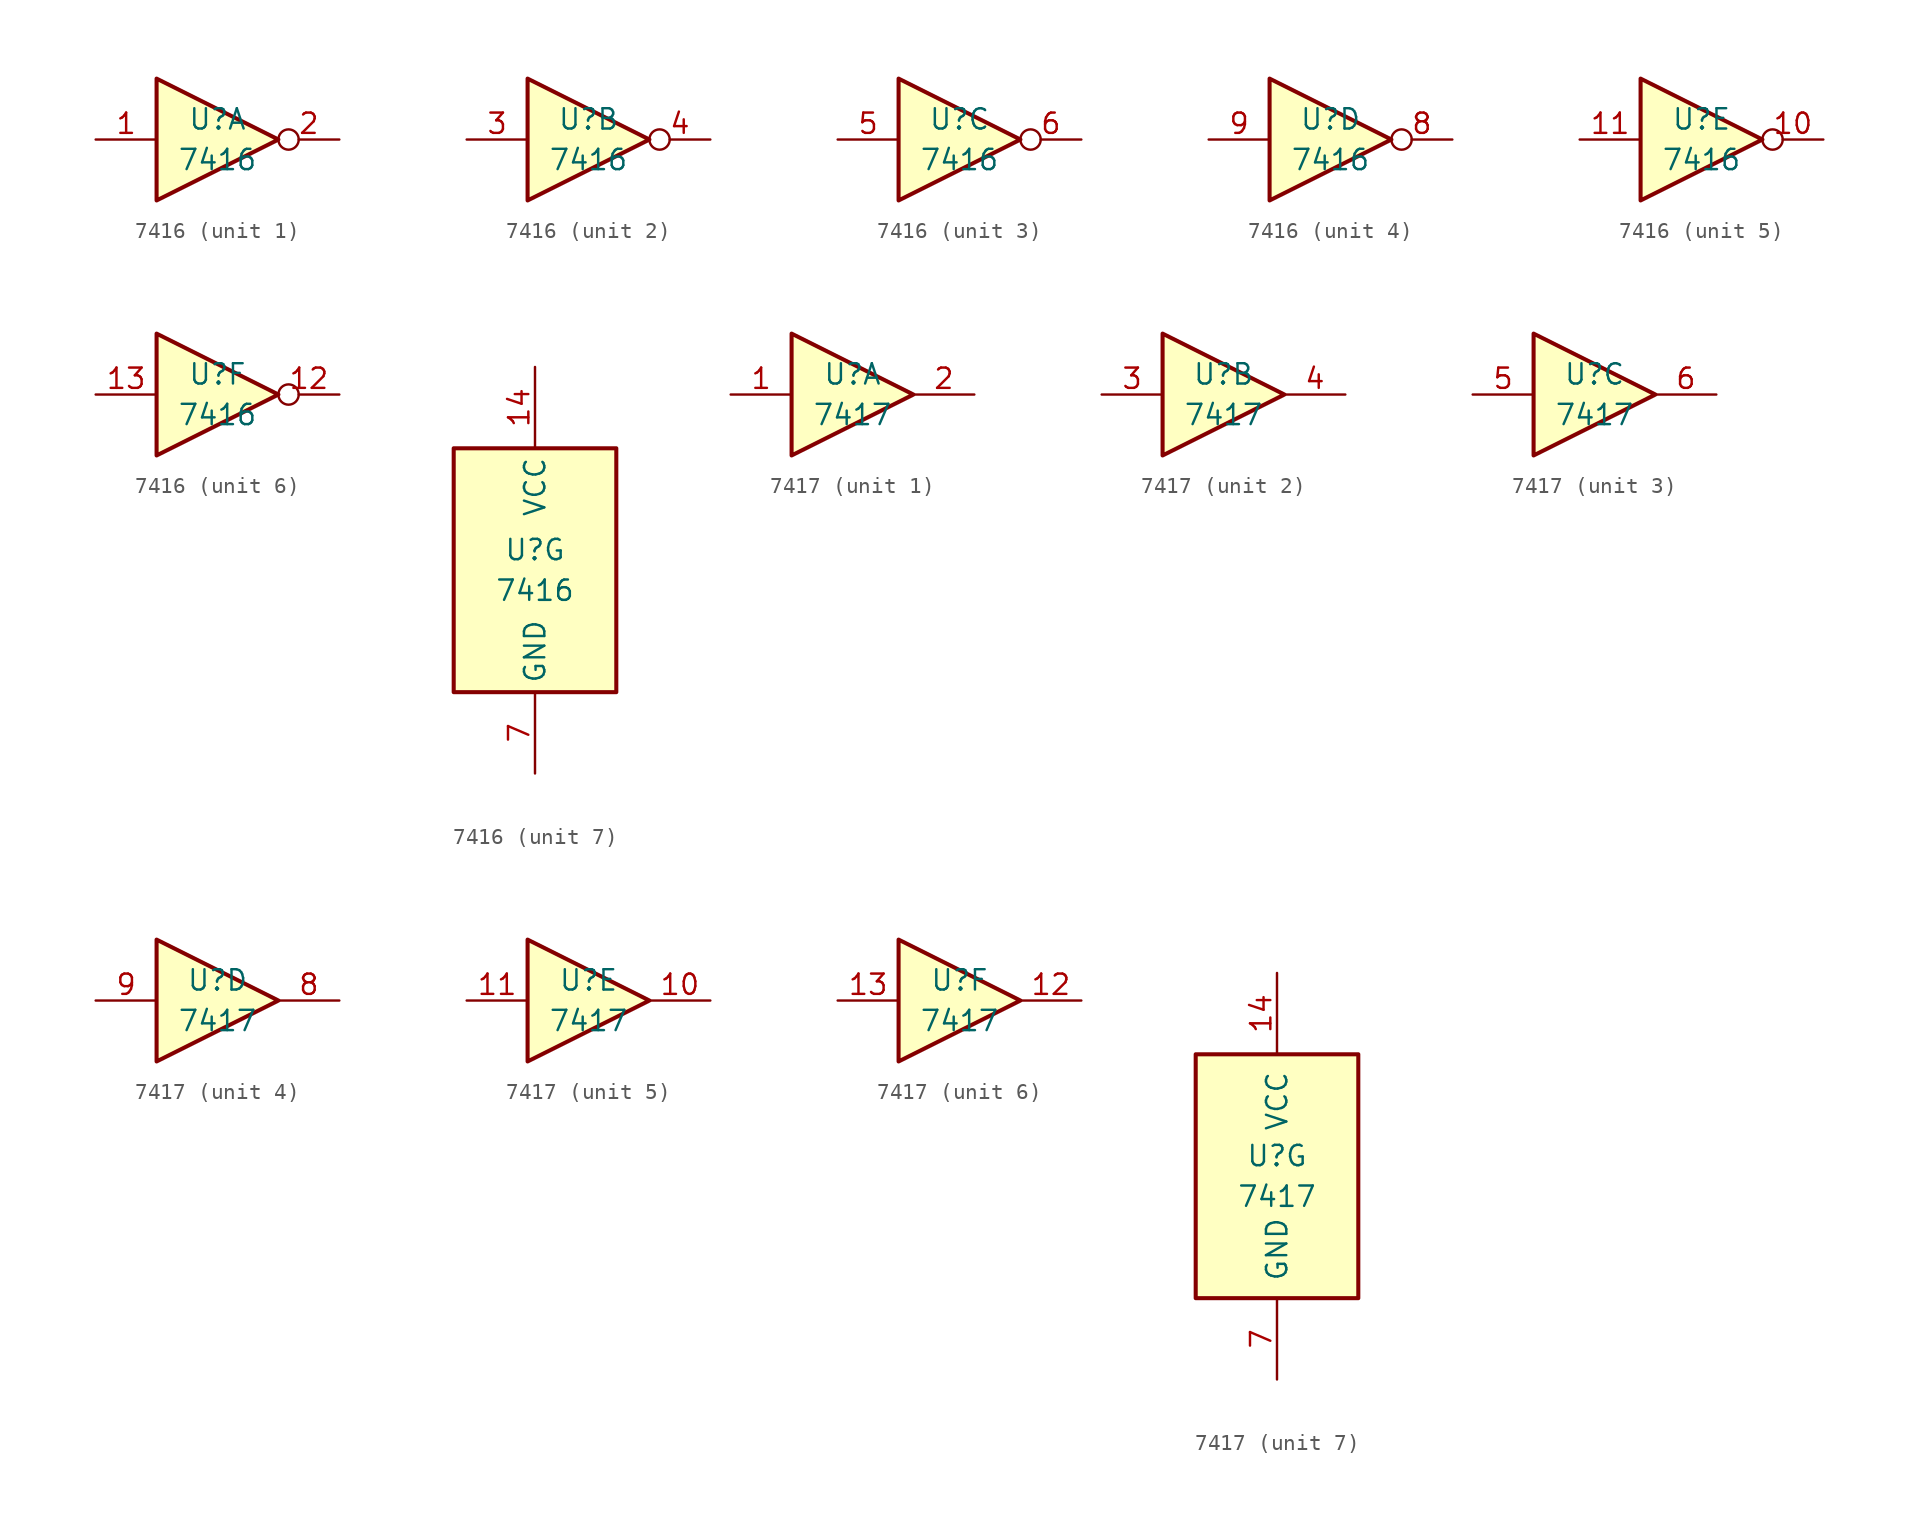
<source format=kicad_sym>
(kicad_symbol_lib
  (version 20220914)
  (generator kicad_symbol_editor)
  (symbol "7416"
    (property "Reference" "U"
      (at 0 1.27 0)
      (effects (font (size 1.27 1.27))))
    (property "Value" "7416"
      (at 0 -1.27 0)
      (effects (font (size 1.27 1.27))))
    (property "ki_locked" ""
      (at 0 0 0)
      (effects (font (size 1.27 1.27))))
    (symbol "7416_1_0"
      (polyline (pts (xy -3.81 3.81) (xy -3.81 -3.81) (xy 3.81 0) (xy -3.81 3.81)) (stroke (width 0.254) (type default)) (fill (type background)))
      (pin input line (at -7.62 0 0) (length 3.81) (name "~" (effects (font (size 1.27 1.27)))) (number "1" (effects (font (size 1.27 1.27)))))
      (pin output inverted (at 7.62 0 180) (length 3.81) (name "~" (effects (font (size 1.27 1.27)))) (number "2" (effects (font (size 1.27 1.27))))))
    (symbol "7416_2_0"
      (polyline (pts (xy -3.81 3.81) (xy -3.81 -3.81) (xy 3.81 0) (xy -3.81 3.81)) (stroke (width 0.254) (type default)) (fill (type background)))
      (pin input line (at -7.62 0 0) (length 3.81) (name "~" (effects (font (size 1.27 1.27)))) (number "3" (effects (font (size 1.27 1.27)))))
      (pin output inverted (at 7.62 0 180) (length 3.81) (name "~" (effects (font (size 1.27 1.27)))) (number "4" (effects (font (size 1.27 1.27))))))
    (symbol "7416_3_0"
      (polyline (pts (xy -3.81 3.81) (xy -3.81 -3.81) (xy 3.81 0) (xy -3.81 3.81)) (stroke (width 0.254) (type default)) (fill (type background)))
      (pin input line (at -7.62 0 0) (length 3.81) (name "~" (effects (font (size 1.27 1.27)))) (number "5" (effects (font (size 1.27 1.27)))))
      (pin output inverted (at 7.62 0 180) (length 3.81) (name "~" (effects (font (size 1.27 1.27)))) (number "6" (effects (font (size 1.27 1.27))))))
    (symbol "7416_4_0"
      (polyline (pts (xy -3.81 3.81) (xy -3.81 -3.81) (xy 3.81 0) (xy -3.81 3.81)) (stroke (width 0.254) (type default)) (fill (type background)))
      (pin output inverted (at 7.62 0 180) (length 3.81) (name "~" (effects (font (size 1.27 1.27)))) (number "8" (effects (font (size 1.27 1.27)))))
      (pin input line (at -7.62 0 0) (length 3.81) (name "~" (effects (font (size 1.27 1.27)))) (number "9" (effects (font (size 1.27 1.27))))))
    (symbol "7416_5_0"
      (polyline (pts (xy -3.81 3.81) (xy -3.81 -3.81) (xy 3.81 0) (xy -3.81 3.81)) (stroke (width 0.254) (type default)) (fill (type background)))
      (pin output inverted (at 7.62 0 180) (length 3.81) (name "~" (effects (font (size 1.27 1.27)))) (number "10" (effects (font (size 1.27 1.27)))))
      (pin input line (at -7.62 0 0) (length 3.81) (name "~" (effects (font (size 1.27 1.27)))) (number "11" (effects (font (size 1.27 1.27))))))
    (symbol "7416_6_0"
      (polyline (pts (xy -3.81 3.81) (xy -3.81 -3.81) (xy 3.81 0) (xy -3.81 3.81)) (stroke (width 0.254) (type default)) (fill (type background)))
      (pin output inverted (at 7.62 0 180) (length 3.81) (name "~" (effects (font (size 1.27 1.27)))) (number "12" (effects (font (size 1.27 1.27)))))
      (pin input line (at -7.62 0 0) (length 3.81) (name "~" (effects (font (size 1.27 1.27)))) (number "13" (effects (font (size 1.27 1.27))))))
    (symbol "7416_7_0"
      (pin power_in line (at 0 12.7 270) (length 5.08) (name "VCC" (effects (font (size 1.27 1.27)))) (number "14" (effects (font (size 1.27 1.27)))))
      (pin power_in line (at 0 -12.7 90) (length 5.08) (name "GND" (effects (font (size 1.27 1.27)))) (number "7" (effects (font (size 1.27 1.27))))))
    (symbol "7416_7_1"
      (rectangle (start -5.08 7.62) (end 5.08 -7.62) (stroke (width 0.254) (type default)) (fill (type background)))))
  (symbol "7417"
    (pin_names
      (offset 1.016))
    (property "Reference" "U"
      (at 0 1.27 0)
      (effects (font (size 1.27 1.27))))
    (property "Value" "7417"
      (at 0 -1.27 0)
      (effects (font (size 1.27 1.27))))
    (property "ki_locked" ""
      (at 0 0 0)
      (effects (font (size 1.27 1.27))))
    (symbol "7417_1_0"
      (polyline (pts (xy -3.81 3.81) (xy -3.81 -3.81) (xy 3.81 0) (xy -3.81 3.81)) (stroke (width 0.254) (type default)) (fill (type background)))
      (pin input line (at -7.62 0 0) (length 3.81) (name "~" (effects (font (size 1.27 1.27)))) (number "1" (effects (font (size 1.27 1.27)))))
      (pin open_collector line (at 7.62 0 180) (length 3.81) (name "~" (effects (font (size 1.27 1.27)))) (number "2" (effects (font (size 1.27 1.27))))))
    (symbol "7417_2_0"
      (polyline (pts (xy -3.81 3.81) (xy -3.81 -3.81) (xy 3.81 0) (xy -3.81 3.81)) (stroke (width 0.254) (type default)) (fill (type background)))
      (pin input line (at -7.62 0 0) (length 3.81) (name "~" (effects (font (size 1.27 1.27)))) (number "3" (effects (font (size 1.27 1.27)))))
      (pin open_collector line (at 7.62 0 180) (length 3.81) (name "~" (effects (font (size 1.27 1.27)))) (number "4" (effects (font (size 1.27 1.27))))))
    (symbol "7417_3_0"
      (polyline (pts (xy -3.81 3.81) (xy -3.81 -3.81) (xy 3.81 0) (xy -3.81 3.81)) (stroke (width 0.254) (type default)) (fill (type background)))
      (pin input line (at -7.62 0 0) (length 3.81) (name "~" (effects (font (size 1.27 1.27)))) (number "5" (effects (font (size 1.27 1.27)))))
      (pin open_collector line (at 7.62 0 180) (length 3.81) (name "~" (effects (font (size 1.27 1.27)))) (number "6" (effects (font (size 1.27 1.27))))))
    (symbol "7417_4_0"
      (polyline (pts (xy -3.81 3.81) (xy -3.81 -3.81) (xy 3.81 0) (xy -3.81 3.81)) (stroke (width 0.254) (type default)) (fill (type background)))
      (pin open_collector line (at 7.62 0 180) (length 3.81) (name "~" (effects (font (size 1.27 1.27)))) (number "8" (effects (font (size 1.27 1.27)))))
      (pin input line (at -7.62 0 0) (length 3.81) (name "~" (effects (font (size 1.27 1.27)))) (number "9" (effects (font (size 1.27 1.27))))))
    (symbol "7417_5_0"
      (polyline (pts (xy -3.81 3.81) (xy -3.81 -3.81) (xy 3.81 0) (xy -3.81 3.81)) (stroke (width 0.254) (type default)) (fill (type background)))
      (pin open_collector line (at 7.62 0 180) (length 3.81) (name "~" (effects (font (size 1.27 1.27)))) (number "10" (effects (font (size 1.27 1.27)))))
      (pin input line (at -7.62 0 0) (length 3.81) (name "~" (effects (font (size 1.27 1.27)))) (number "11" (effects (font (size 1.27 1.27))))))
    (symbol "7417_6_0"
      (polyline (pts (xy -3.81 3.81) (xy -3.81 -3.81) (xy 3.81 0) (xy -3.81 3.81)) (stroke (width 0.254) (type default)) (fill (type background)))
      (pin open_collector line (at 7.62 0 180) (length 3.81) (name "~" (effects (font (size 1.27 1.27)))) (number "12" (effects (font (size 1.27 1.27)))))
      (pin input line (at -7.62 0 0) (length 3.81) (name "~" (effects (font (size 1.27 1.27)))) (number "13" (effects (font (size 1.27 1.27))))))
    (symbol "7417_7_0"
      (pin power_in line (at 0 12.7 270) (length 5.08) (name "VCC" (effects (font (size 1.27 1.27)))) (number "14" (effects (font (size 1.27 1.27)))))
      (pin power_in line (at 0 -12.7 90) (length 5.08) (name "GND" (effects (font (size 1.27 1.27)))) (number "7" (effects (font (size 1.27 1.27))))))
    (symbol "7417_7_1"
      (rectangle (start -5.08 7.62) (end 5.08 -7.62) (stroke (width 0.254) (type default)) (fill (type background))))))
</source>
